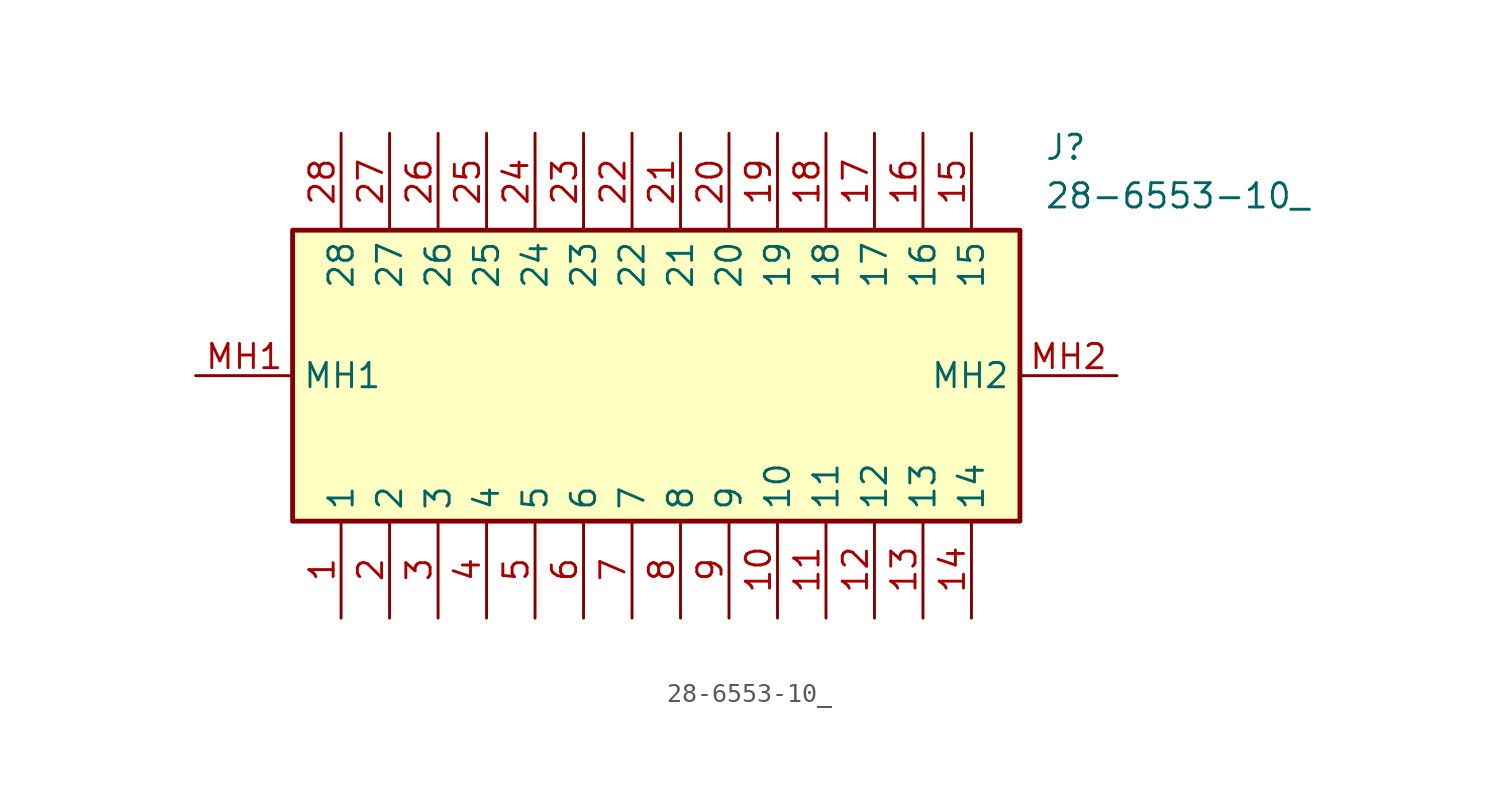
<source format=kicad_sym>
(kicad_symbol_lib
  (version 20211014)
  (generator SamacSys_ECAD_Model)
  (symbol "28-6553-10_"
    (property "Reference" "J"
      (at 44.45 12.7 0)
      (effects (font (size 1.27 1.27)) (justify left top)))
    (property "Value" "28-6553-10_"
      (at 44.45 10.16 0)
      (effects (font (size 1.27 1.27)) (justify left top)))
    (rectangle
      (start 5.08 7.62)
      (end 43.18 -7.62)
      (stroke (width 0.254) (type default))
      (fill (type background)))
    (pin passive line
      (at 7.62 -12.7 90)
      (length 5.08)
      (name "1" (effects (font (size 1.27 1.27))))
      (number "1" (effects (font (size 1.27 1.27)))))
    (pin passive line
      (at 10.16 -12.7 90)
      (length 5.08)
      (name "2" (effects (font (size 1.27 1.27))))
      (number "2" (effects (font (size 1.27 1.27)))))
    (pin passive line
      (at 12.7 -12.7 90)
      (length 5.08)
      (name "3" (effects (font (size 1.27 1.27))))
      (number "3" (effects (font (size 1.27 1.27)))))
    (pin passive line
      (at 15.24 -12.7 90)
      (length 5.08)
      (name "4" (effects (font (size 1.27 1.27))))
      (number "4" (effects (font (size 1.27 1.27)))))
    (pin passive line
      (at 17.78 -12.7 90)
      (length 5.08)
      (name "5" (effects (font (size 1.27 1.27))))
      (number "5" (effects (font (size 1.27 1.27)))))
    (pin passive line
      (at 20.32 -12.7 90)
      (length 5.08)
      (name "6" (effects (font (size 1.27 1.27))))
      (number "6" (effects (font (size 1.27 1.27)))))
    (pin passive line
      (at 22.86 -12.7 90)
      (length 5.08)
      (name "7" (effects (font (size 1.27 1.27))))
      (number "7" (effects (font (size 1.27 1.27)))))
    (pin passive line
      (at 25.4 -12.7 90)
      (length 5.08)
      (name "8" (effects (font (size 1.27 1.27))))
      (number "8" (effects (font (size 1.27 1.27)))))
    (pin passive line
      (at 27.94 -12.7 90)
      (length 5.08)
      (name "9" (effects (font (size 1.27 1.27))))
      (number "9" (effects (font (size 1.27 1.27)))))
    (pin passive line
      (at 30.48 -12.7 90)
      (length 5.08)
      (name "10" (effects (font (size 1.27 1.27))))
      (number "10" (effects (font (size 1.27 1.27)))))
    (pin passive line
      (at 33.02 -12.7 90)
      (length 5.08)
      (name "11" (effects (font (size 1.27 1.27))))
      (number "11" (effects (font (size 1.27 1.27)))))
    (pin passive line
      (at 35.56 -12.7 90)
      (length 5.08)
      (name "12" (effects (font (size 1.27 1.27))))
      (number "12" (effects (font (size 1.27 1.27)))))
    (pin passive line
      (at 38.1 -12.7 90)
      (length 5.08)
      (name "13" (effects (font (size 1.27 1.27))))
      (number "13" (effects (font (size 1.27 1.27)))))
    (pin passive line
      (at 40.64 -12.7 90)
      (length 5.08)
      (name "14" (effects (font (size 1.27 1.27))))
      (number "14" (effects (font (size 1.27 1.27)))))
    (pin passive line
      (at 40.64 12.7 270)
      (length 5.08)
      (name "15" (effects (font (size 1.27 1.27))))
      (number "15" (effects (font (size 1.27 1.27)))))
    (pin passive line
      (at 38.1 12.7 270)
      (length 5.08)
      (name "16" (effects (font (size 1.27 1.27))))
      (number "16" (effects (font (size 1.27 1.27)))))
    (pin passive line
      (at 35.56 12.7 270)
      (length 5.08)
      (name "17" (effects (font (size 1.27 1.27))))
      (number "17" (effects (font (size 1.27 1.27)))))
    (pin passive line
      (at 33.02 12.7 270)
      (length 5.08)
      (name "18" (effects (font (size 1.27 1.27))))
      (number "18" (effects (font (size 1.27 1.27)))))
    (pin passive line
      (at 30.48 12.7 270)
      (length 5.08)
      (name "19" (effects (font (size 1.27 1.27))))
      (number "19" (effects (font (size 1.27 1.27)))))
    (pin passive line
      (at 27.94 12.7 270)
      (length 5.08)
      (name "20" (effects (font (size 1.27 1.27))))
      (number "20" (effects (font (size 1.27 1.27)))))
    (pin passive line
      (at 25.4 12.7 270)
      (length 5.08)
      (name "21" (effects (font (size 1.27 1.27))))
      (number "21" (effects (font (size 1.27 1.27)))))
    (pin passive line
      (at 22.86 12.7 270)
      (length 5.08)
      (name "22" (effects (font (size 1.27 1.27))))
      (number "22" (effects (font (size 1.27 1.27)))))
    (pin passive line
      (at 20.32 12.7 270)
      (length 5.08)
      (name "23" (effects (font (size 1.27 1.27))))
      (number "23" (effects (font (size 1.27 1.27)))))
    (pin passive line
      (at 17.78 12.7 270)
      (length 5.08)
      (name "24" (effects (font (size 1.27 1.27))))
      (number "24" (effects (font (size 1.27 1.27)))))
    (pin passive line
      (at 15.24 12.7 270)
      (length 5.08)
      (name "25" (effects (font (size 1.27 1.27))))
      (number "25" (effects (font (size 1.27 1.27)))))
    (pin passive line
      (at 12.7 12.7 270)
      (length 5.08)
      (name "26" (effects (font (size 1.27 1.27))))
      (number "26" (effects (font (size 1.27 1.27)))))
    (pin passive line
      (at 10.16 12.7 270)
      (length 5.08)
      (name "27" (effects (font (size 1.27 1.27))))
      (number "27" (effects (font (size 1.27 1.27)))))
    (pin passive line
      (at 7.62 12.7 270)
      (length 5.08)
      (name "28" (effects (font (size 1.27 1.27))))
      (number "28" (effects (font (size 1.27 1.27)))))
    (pin passive line
      (at 0 0 0)
      (length 5.08)
      (name "MH1" (effects (font (size 1.27 1.27))))
      (number "MH1" (effects (font (size 1.27 1.27)))))
    (pin passive line
      (at 48.26 0 180)
      (length 5.08)
      (name "MH2" (effects (font (size 1.27 1.27))))
      (number "MH2" (effects (font (size 1.27 1.27)))))))
</source>
